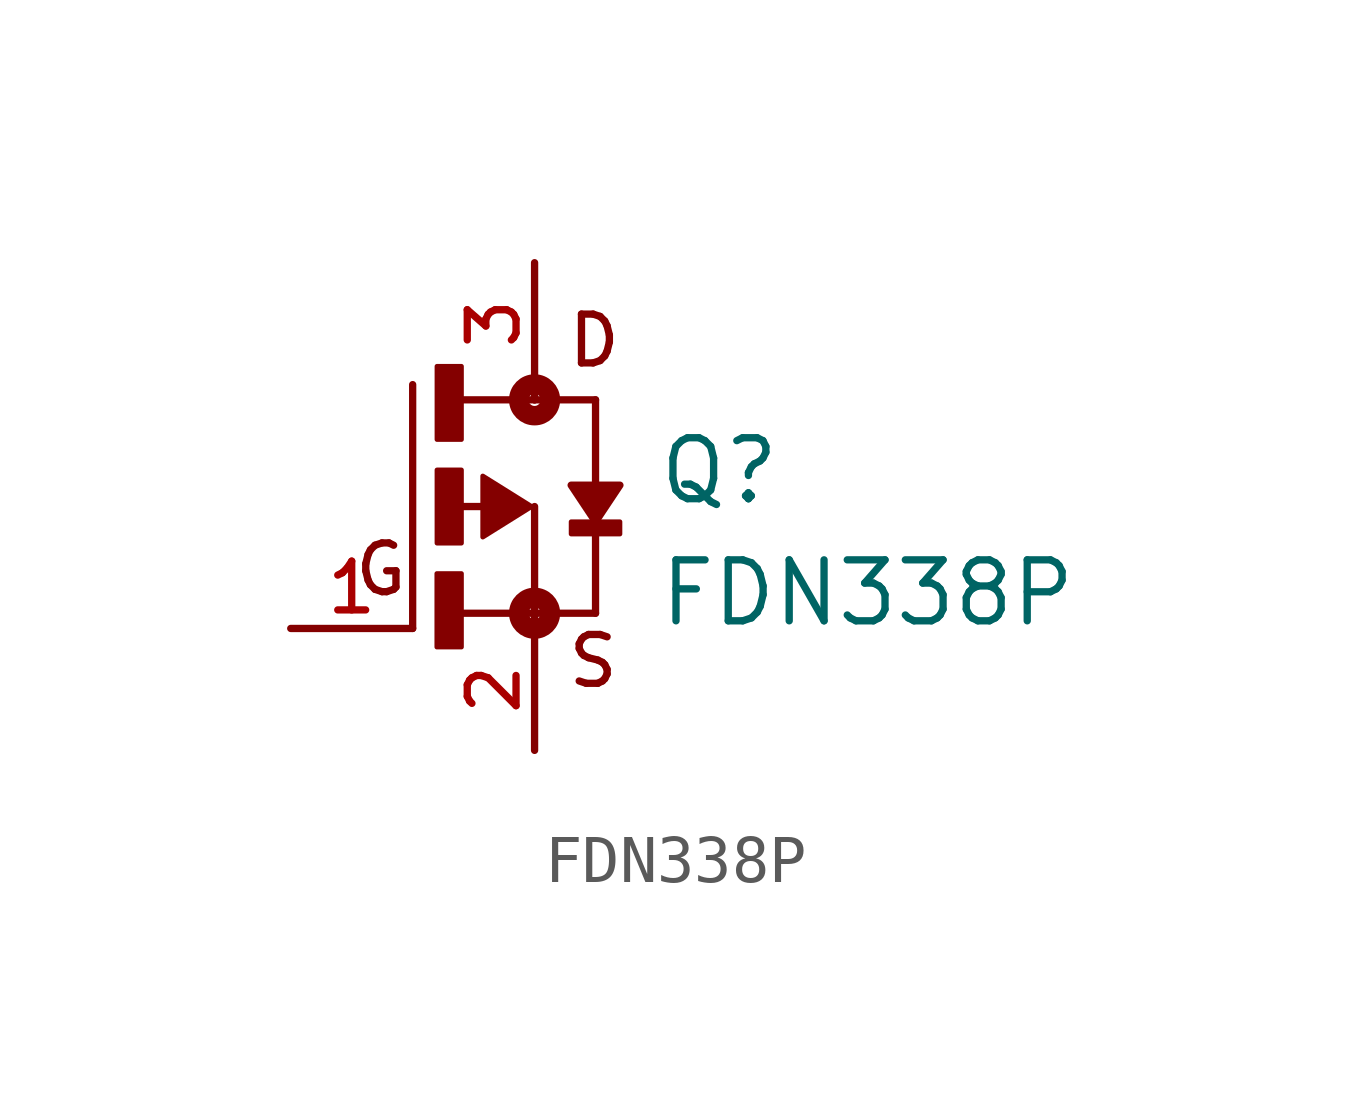
<source format=kicad_sym>
(kicad_symbol_lib
  (version 20211014)
  (generator kicad_symbol_editor)
  (symbol "FDN338P"
    (pin_names
      (offset 1.016))
    (property "Reference" "Q"
      (at 2.541 0.0 0)
      (effects (font (size 1.27 1.27)) (justify bottom left)))
    (property "Value" "FDN338P"
      (at 2.544 -2.544 0)
      (effects (font (size 1.27 1.27)) (justify bottom left)))
    (symbol "FDN338P_0_0"
      (polyline (pts (xy -1.079 0.0) (xy -1.905 0.0)) (stroke (width 0.152)))
      (polyline (pts (xy -1.905 -2.223) (xy 0.0 -2.223)) (stroke (width 0.152)))
      (polyline (pts (xy -2.54 -2.54) (xy -2.54 2.54)) (stroke (width 0.152)))
      (polyline (pts (xy 0.0 0.0) (xy 0.0 -2.223)) (stroke (width 0.152)))
      (polyline (pts (xy 1.27 -2.223) (xy 0.0 -2.223)) (stroke (width 0.152)))
      (polyline (pts (xy -1.587 2.223) (xy 0.0 2.223)) (stroke (width 0.152)))
      (polyline (pts (xy 0.0 2.223) (xy 1.27 2.223)) (stroke (width 0.152)))
      (polyline (pts (xy 0.0 -2.223) (xy 0.0 -2.54)) (stroke (width 0.152)))
      (polyline (pts (xy 1.27 2.223) (xy 1.27 -2.223)) (stroke (width 0.152)))
      (polyline (pts (xy 0.0 2.54) (xy 0.0 2.223)) (stroke (width 0.152)))
      (circle (center 0.0 -2.223) (radius 0.127) (stroke (width 0.406)) (fill (type none)))
      (circle (center 0.0 2.223) (radius 0.127) (stroke (width 0.406)) (fill (type none)))
      (text "D" (at 0.635 2.86 0) (effects (font (size 1.017 1.017)) (justify bottom left)))
      (text "S" (at 0.636 -3.815 0) (effects (font (size 1.017 1.017)) (justify bottom left)))
      (text "G" (at -3.811 -1.906 0) (effects (font (size 1.016 1.016)) (justify bottom left)))
      (rectangle (start -2.033 1.397) (end -1.524 2.921) (stroke (width 0.1)) (fill (type outline)))
      (rectangle (start -2.033 -0.762) (end -1.524 0.762) (stroke (width 0.1)) (fill (type outline)))
      (rectangle (start -2.036 -2.927) (end -1.524 -1.397) (stroke (width 0.1)) (fill (type outline)))
      (rectangle (start 0.762 -0.572) (end 1.778 -0.318) (stroke (width 0.1)) (fill (type outline)))
      (polyline (pts (xy -0.064 0.0) (xy -1.079 -0.635) (xy -1.079 0.635) (xy -0.064 0.0)) (stroke (width 0.102)) (fill (type outline)))
      (polyline (pts (xy 1.27 -0.318) (xy 1.778 0.445) (xy 0.762 0.445) (xy 1.27 -0.318)) (stroke (width 0.152)) (fill (type outline)))
      (pin passive line (at 0.0 5.08 270.0) (length 2.54) (name "~" (effects (font (size 1.016 1.016)))) (number "3" (effects (font (size 1.016 1.016)))))
      (pin passive line (at 0.0 -5.08 90.0) (length 2.54) (name "~" (effects (font (size 1.016 1.016)))) (number "2" (effects (font (size 1.016 1.016)))))
      (pin passive line (at -5.08 -2.54 0) (length 2.54) (name "~" (effects (font (size 1.016 1.016)))) (number "1" (effects (font (size 1.016 1.016))))))))
</source>
